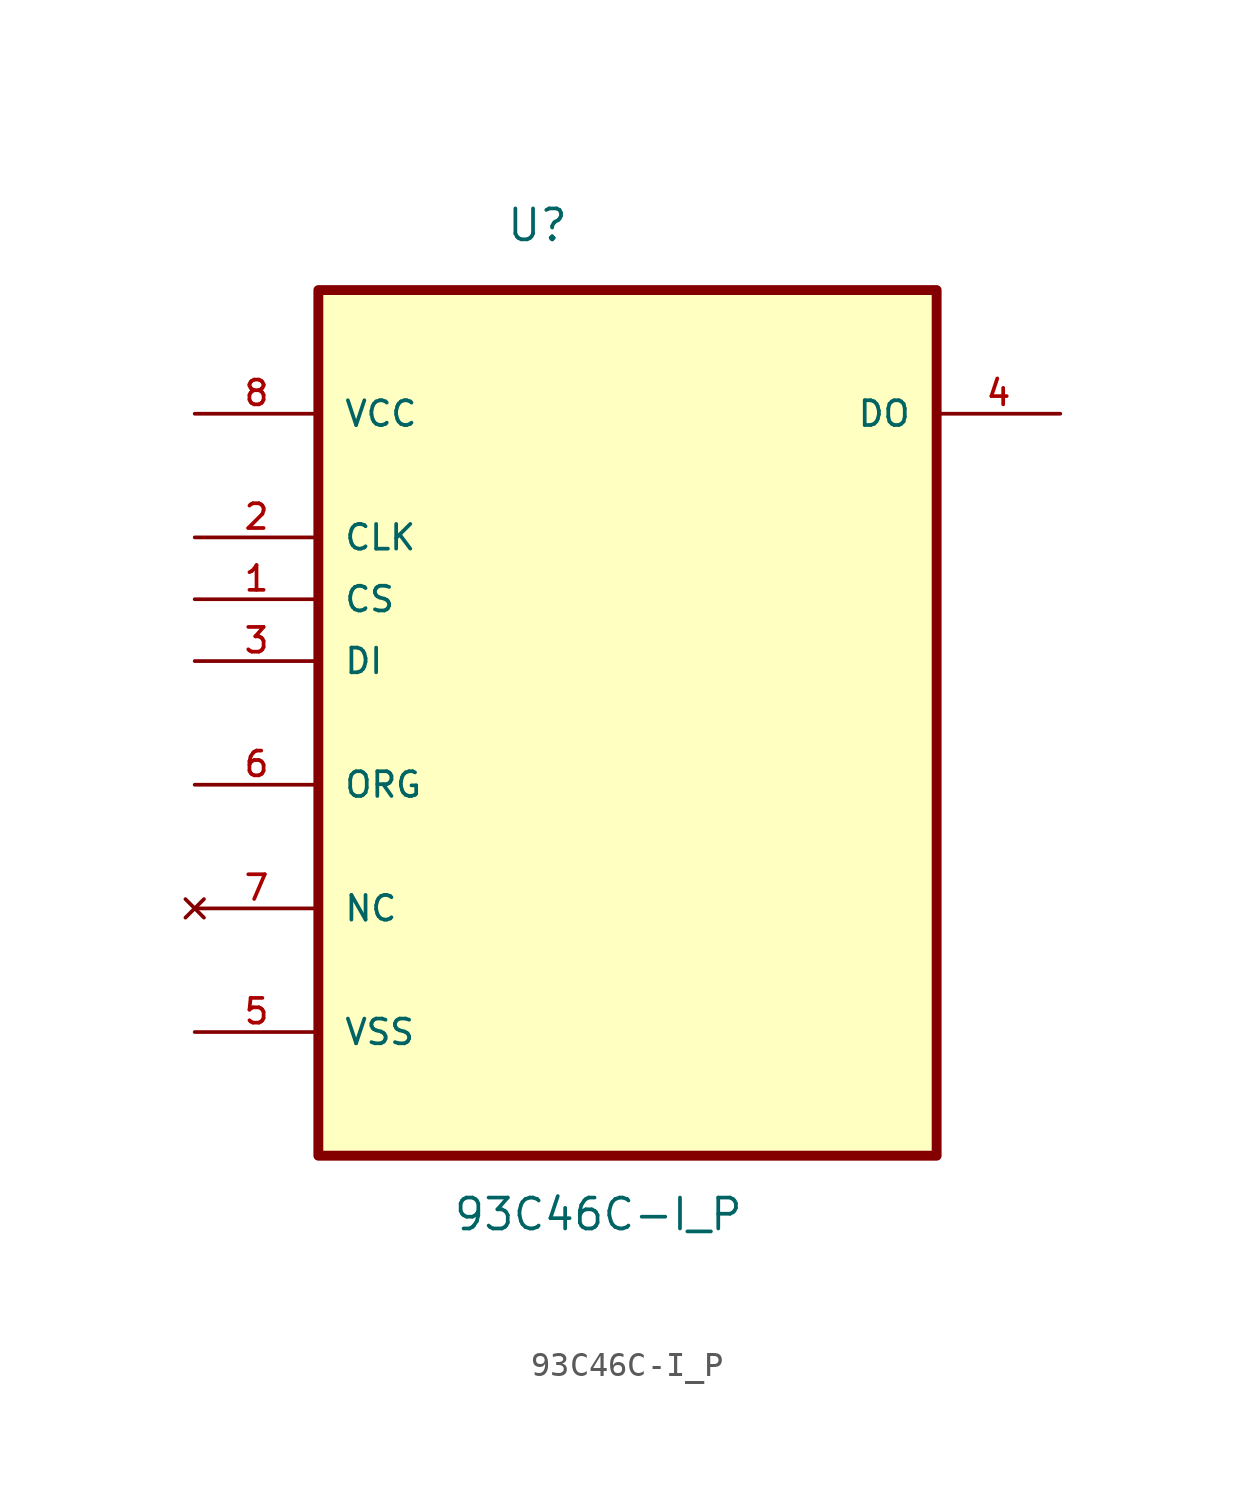
<source format=kicad_sym>
(kicad_symbol_lib
  (version 20211014)
  (generator kicad_symbol_editor)
  (symbol "93C46C-I_P"
    (pin_names
      (offset 1.016))
    (property "Reference" "U"
      (at -5.009 17.161 0.0)
      (effects (font (size 1.27 1.27)) (justify bottom left)))
    (property "Value" "93C46C-I_P"
      (at -7.197 -23.473 0.0)
      (effects (font (size 1.27 1.27)) (justify bottom left)))
    (symbol "93C46C-I_P_0_0"
      (rectangle (start -12.7 -20.32) (end 12.7 15.24) (stroke (width 0.406)) (fill (type background)))
      (pin power_in line (at -17.78 10.16 0) (length 5.08) (name "VCC" (effects (font (size 1.016 1.016)))) (number "8" (effects (font (size 1.016 1.016)))))
      (pin input line (at -17.78 5.08 0) (length 5.08) (name "CLK" (effects (font (size 1.016 1.016)))) (number "2" (effects (font (size 1.016 1.016)))))
      (pin input line (at -17.78 2.54 0) (length 5.08) (name "CS" (effects (font (size 1.016 1.016)))) (number "1" (effects (font (size 1.016 1.016)))))
      (pin input line (at -17.78 0.0 0) (length 5.08) (name "DI" (effects (font (size 1.016 1.016)))) (number "3" (effects (font (size 1.016 1.016)))))
      (pin passive line (at -17.78 -5.08 0) (length 5.08) (name "ORG" (effects (font (size 1.016 1.016)))) (number "6" (effects (font (size 1.016 1.016)))))
      (pin no_connect line (at -17.78 -10.16 0) (length 5.08) (name "NC" (effects (font (size 1.016 1.016)))) (number "7" (effects (font (size 1.016 1.016)))))
      (pin passive line (at -17.78 -15.24 0) (length 5.08) (name "VSS" (effects (font (size 1.016 1.016)))) (number "5" (effects (font (size 1.016 1.016)))))
      (pin output line (at 17.78 10.16 180.0) (length 5.08) (name "DO" (effects (font (size 1.016 1.016)))) (number "4" (effects (font (size 1.016 1.016))))))))
</source>
